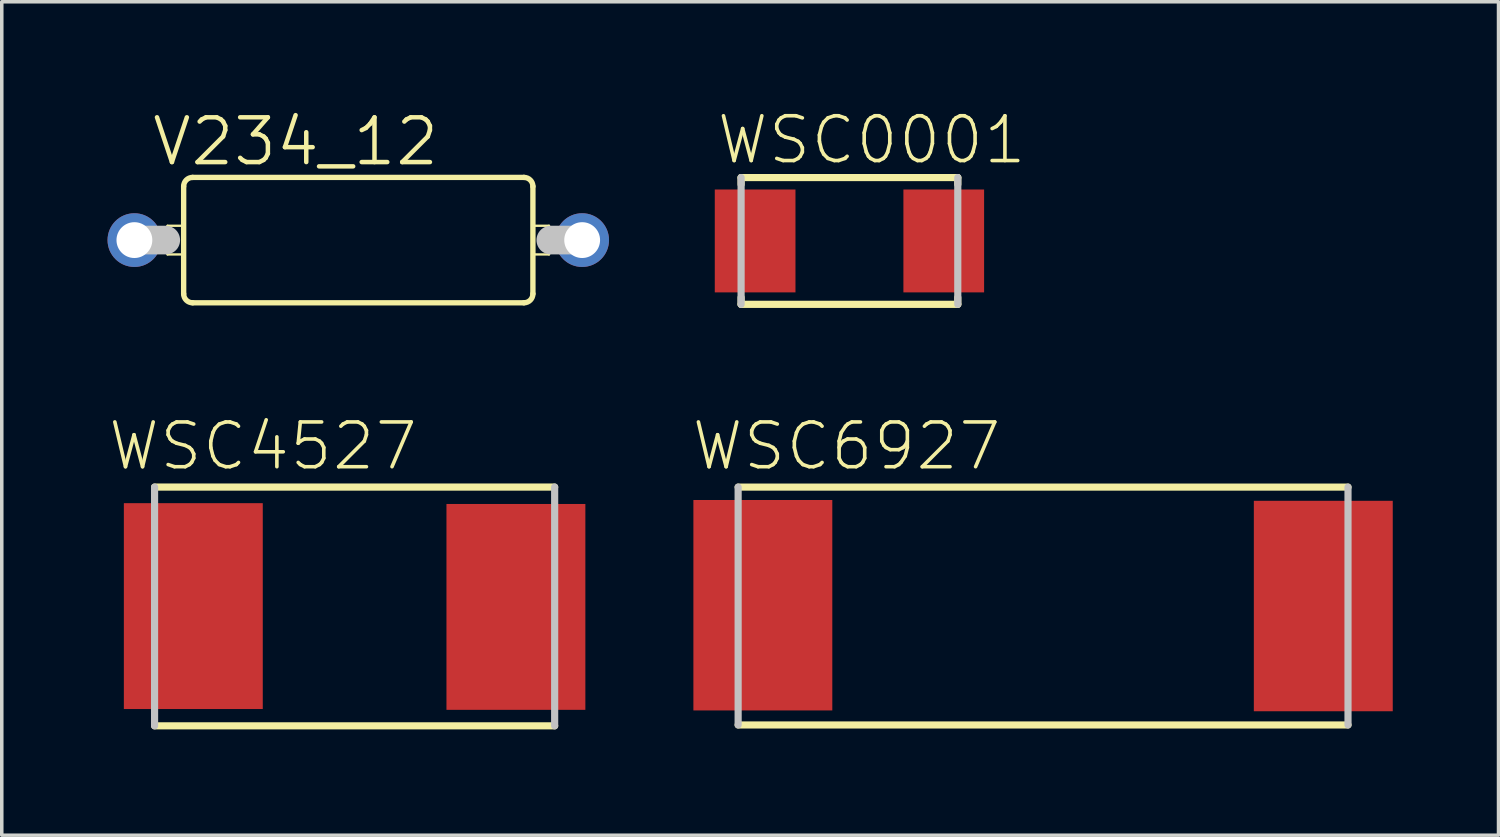
<source format=kicad_pcb>
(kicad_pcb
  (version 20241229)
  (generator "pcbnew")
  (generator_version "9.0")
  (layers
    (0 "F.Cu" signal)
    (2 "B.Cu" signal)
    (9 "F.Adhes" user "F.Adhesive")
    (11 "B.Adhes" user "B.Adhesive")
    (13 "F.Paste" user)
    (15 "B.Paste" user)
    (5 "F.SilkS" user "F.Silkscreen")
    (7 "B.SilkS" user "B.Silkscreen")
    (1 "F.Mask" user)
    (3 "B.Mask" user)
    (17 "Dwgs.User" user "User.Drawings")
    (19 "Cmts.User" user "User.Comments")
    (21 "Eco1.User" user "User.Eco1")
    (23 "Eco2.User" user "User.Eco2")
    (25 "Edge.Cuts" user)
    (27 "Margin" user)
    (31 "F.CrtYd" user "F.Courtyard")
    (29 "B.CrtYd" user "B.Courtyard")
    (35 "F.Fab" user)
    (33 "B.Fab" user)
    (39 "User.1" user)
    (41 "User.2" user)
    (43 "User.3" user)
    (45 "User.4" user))
  (footprint "V234_12"
    (layer "F.Cu")
    (at 7.112 3.76)
    (property "Reference" "V234_12" (at -1.778 -2.794 0) (layer "F.SilkS") (effects (font (size 1.27 1.27) (thickness 0.127))))
    (attr exclude_from_pos_files exclude_from_bom)
    (fp_line (start -5.41 -0.406) (end -4.953 -0.406) (stroke (width 0.066) (type solid)) (layer "F.SilkS"))
    (fp_line (start -5.41 0.406) (end -5.41 -0.406) (stroke (width 0.066) (type solid)) (layer "F.SilkS"))
    (fp_line (start -5.41 0.406) (end -4.953 0.406) (stroke (width 0.066) (type solid)) (layer "F.SilkS"))
    (fp_line (start -4.953 -1.524) (end -4.953 1.524) (stroke (width 0.152) (type solid)) (layer "F.SilkS"))
    (fp_line (start -4.953 0.406) (end -4.953 -0.406) (stroke (width 0.066) (type solid)) (layer "F.SilkS"))
    (fp_line (start -4.699 -1.778) (end 4.699 -1.778) (stroke (width 0.152) (type solid)) (layer "F.SilkS"))
    (fp_line (start 4.699 1.778) (end -4.699 1.778) (stroke (width 0.152) (type solid)) (layer "F.SilkS"))
    (fp_line (start 4.953 -1.524) (end 4.953 1.524) (stroke (width 0.152) (type solid)) (layer "F.SilkS"))
    (fp_line (start 4.953 -0.406) (end 5.41 -0.406) (stroke (width 0.066) (type solid)) (layer "F.SilkS"))
    (fp_line (start 4.953 0.406) (end 4.953 -0.406) (stroke (width 0.066) (type solid)) (layer "F.SilkS"))
    (fp_line (start 4.953 0.406) (end 5.41 0.406) (stroke (width 0.066) (type solid)) (layer "F.SilkS"))
    (fp_line (start 5.41 0.406) (end 5.41 -0.406) (stroke (width 0.066) (type solid)) (layer "F.SilkS"))
    (fp_arc (start -4.953 -1.524) (mid -4.878605 -1.703605) (end -4.699 -1.778) (stroke (width 0.1524) (type solid)) (layer "F.SilkS"))
    (fp_arc (start -4.699 1.778) (mid -4.878605 1.703605) (end -4.953 1.524) (stroke (width 0.1524) (type solid)) (layer "F.SilkS"))
    (fp_arc (start 4.699 -1.778) (mid 4.878605 -1.703605) (end 4.953 -1.524) (stroke (width 0.1524) (type solid)) (layer "F.SilkS"))
    (fp_arc (start 4.953 1.524) (mid 4.878605 1.703605) (end 4.699 1.778) (stroke (width 0.1524) (type solid)) (layer "F.SilkS"))
    (fp_line (start -6.35 0) (end -5.461 0) (stroke (width 0.813) (type solid)) (layer "Dwgs.User"))
    (fp_line (start 6.35 0) (end 5.461 0) (stroke (width 0.813) (type solid)) (layer "Dwgs.User"))
    (pad "1" thru_hole circle (at -6.35 0) (size 1.524 1.524) (drill 1.016) (layers "*.Cu" "*.Paste" "*.Mask"))
    (pad "2" thru_hole circle (at 6.35 0) (size 1.524 1.524) (drill 1.016) (layers "*.Cu" "*.Paste" "*.Mask")))
  (footprint "WSC6927"
    (layer "F.Cu")
    (at 26.535 14.139)
    (property "Reference" "WSC6927" (at -5.573 -4.534 0) (layer "F.SilkS") (effects (font (size 1.27 1.27) (thickness 0.102))))
    (attr smd)
    (fp_line (start -8.649 3.373) (end 8.649 3.373) (stroke (width 0.203) (type solid)) (layer "F.SilkS"))
    (fp_line (start 8.649 -3.373) (end -8.649 -3.373) (stroke (width 0.203) (type solid)) (layer "F.SilkS"))
    (fp_line (start -8.649 -3.373) (end -8.649 3.373) (stroke (width 0.203) (type solid)) (layer "Dwgs.User"))
    (fp_line (start 8.649 3.373) (end 8.649 -3.373) (stroke (width 0.203) (type solid)) (layer "Dwgs.User"))
    (pad "1" smd rect (at -7.948 -0.023) (size 3.94 5.969) (layers "F.Cu" "F.Mask" "F.Paste"))
    (pad "2" smd rect (at 7.948 0) (size 3.94 5.969) (layers "F.Cu" "F.Mask" "F.Paste")))
  (footprint "WSC4527"
    (layer "F.Cu")
    (at 7.008 14.164)
    (property "Reference" "WSC4527" (at -2.598 -4.559 0) (layer "F.SilkS") (effects (font (size 1.27 1.27) (thickness 0.102))))
    (attr smd)
    (fp_line (start -5.674 3.373) (end 5.674 3.373) (stroke (width 0.203) (type solid)) (layer "F.SilkS"))
    (fp_line (start 5.674 -3.399) (end -5.674 -3.399) (stroke (width 0.203) (type solid)) (layer "F.SilkS"))
    (fp_line (start -5.674 -3.399) (end -5.674 3.373) (stroke (width 0.203) (type solid)) (layer "Dwgs.User"))
    (fp_line (start 5.674 3.373) (end 5.674 -3.399) (stroke (width 0.203) (type solid)) (layer "Dwgs.User"))
    (pad "1" smd rect (at -4.575 -0.023) (size 3.94 5.839) (layers "F.Cu" "F.Mask" "F.Paste"))
    (pad "2" smd rect (at 4.575 0) (size 3.94 5.839) (layers "F.Cu" "F.Mask" "F.Paste")))
  (footprint "WSC0001"
    (layer "F.Cu")
    (at 21.043 3.784)
    (property "Reference" "WSC0001" (at 0.63 -2.863 0) (layer "F.SilkS") (effects (font (size 1.27 1.27) (thickness 0.102))))
    (attr smd)
    (fp_line (start -3.073 -1.798) (end -3.073 -1.605) (stroke (width 0.203) (type solid)) (layer "F.SilkS"))
    (fp_line (start -3.073 1.605) (end -3.073 1.798) (stroke (width 0.203) (type solid)) (layer "F.SilkS"))
    (fp_line (start -3.073 1.798) (end 3.073 1.798) (stroke (width 0.203) (type solid)) (layer "F.SilkS"))
    (fp_line (start 3.073 -1.798) (end -3.073 -1.798) (stroke (width 0.203) (type solid)) (layer "F.SilkS"))
    (fp_line (start 3.073 -1.605) (end 3.073 -1.798) (stroke (width 0.203) (type solid)) (layer "F.SilkS"))
    (fp_line (start 3.073 1.798) (end 3.073 1.605) (stroke (width 0.203) (type solid)) (layer "F.SilkS"))
    (fp_line (start -3.073 -1.798) (end -3.073 1.798) (stroke (width 0.203) (type solid)) (layer "Dwgs.User"))
    (fp_line (start 3.073 1.798) (end 3.073 -1.798) (stroke (width 0.203) (type solid)) (layer "Dwgs.User"))
    (pad "1" smd rect (at -2.675 0) (size 2.289 2.918) (layers "F.Cu" "F.Mask" "F.Paste"))
    (pad "2" smd rect (at 2.675 0) (size 2.289 2.918) (layers "F.Cu" "F.Mask" "F.Paste")))
  (gr_rect
    (start -3 -3)
    (end 39.453 20.639)
    (stroke (width 0.1) (type default))
    (fill no)
    (layer "Edge.Cuts")))
</source>
